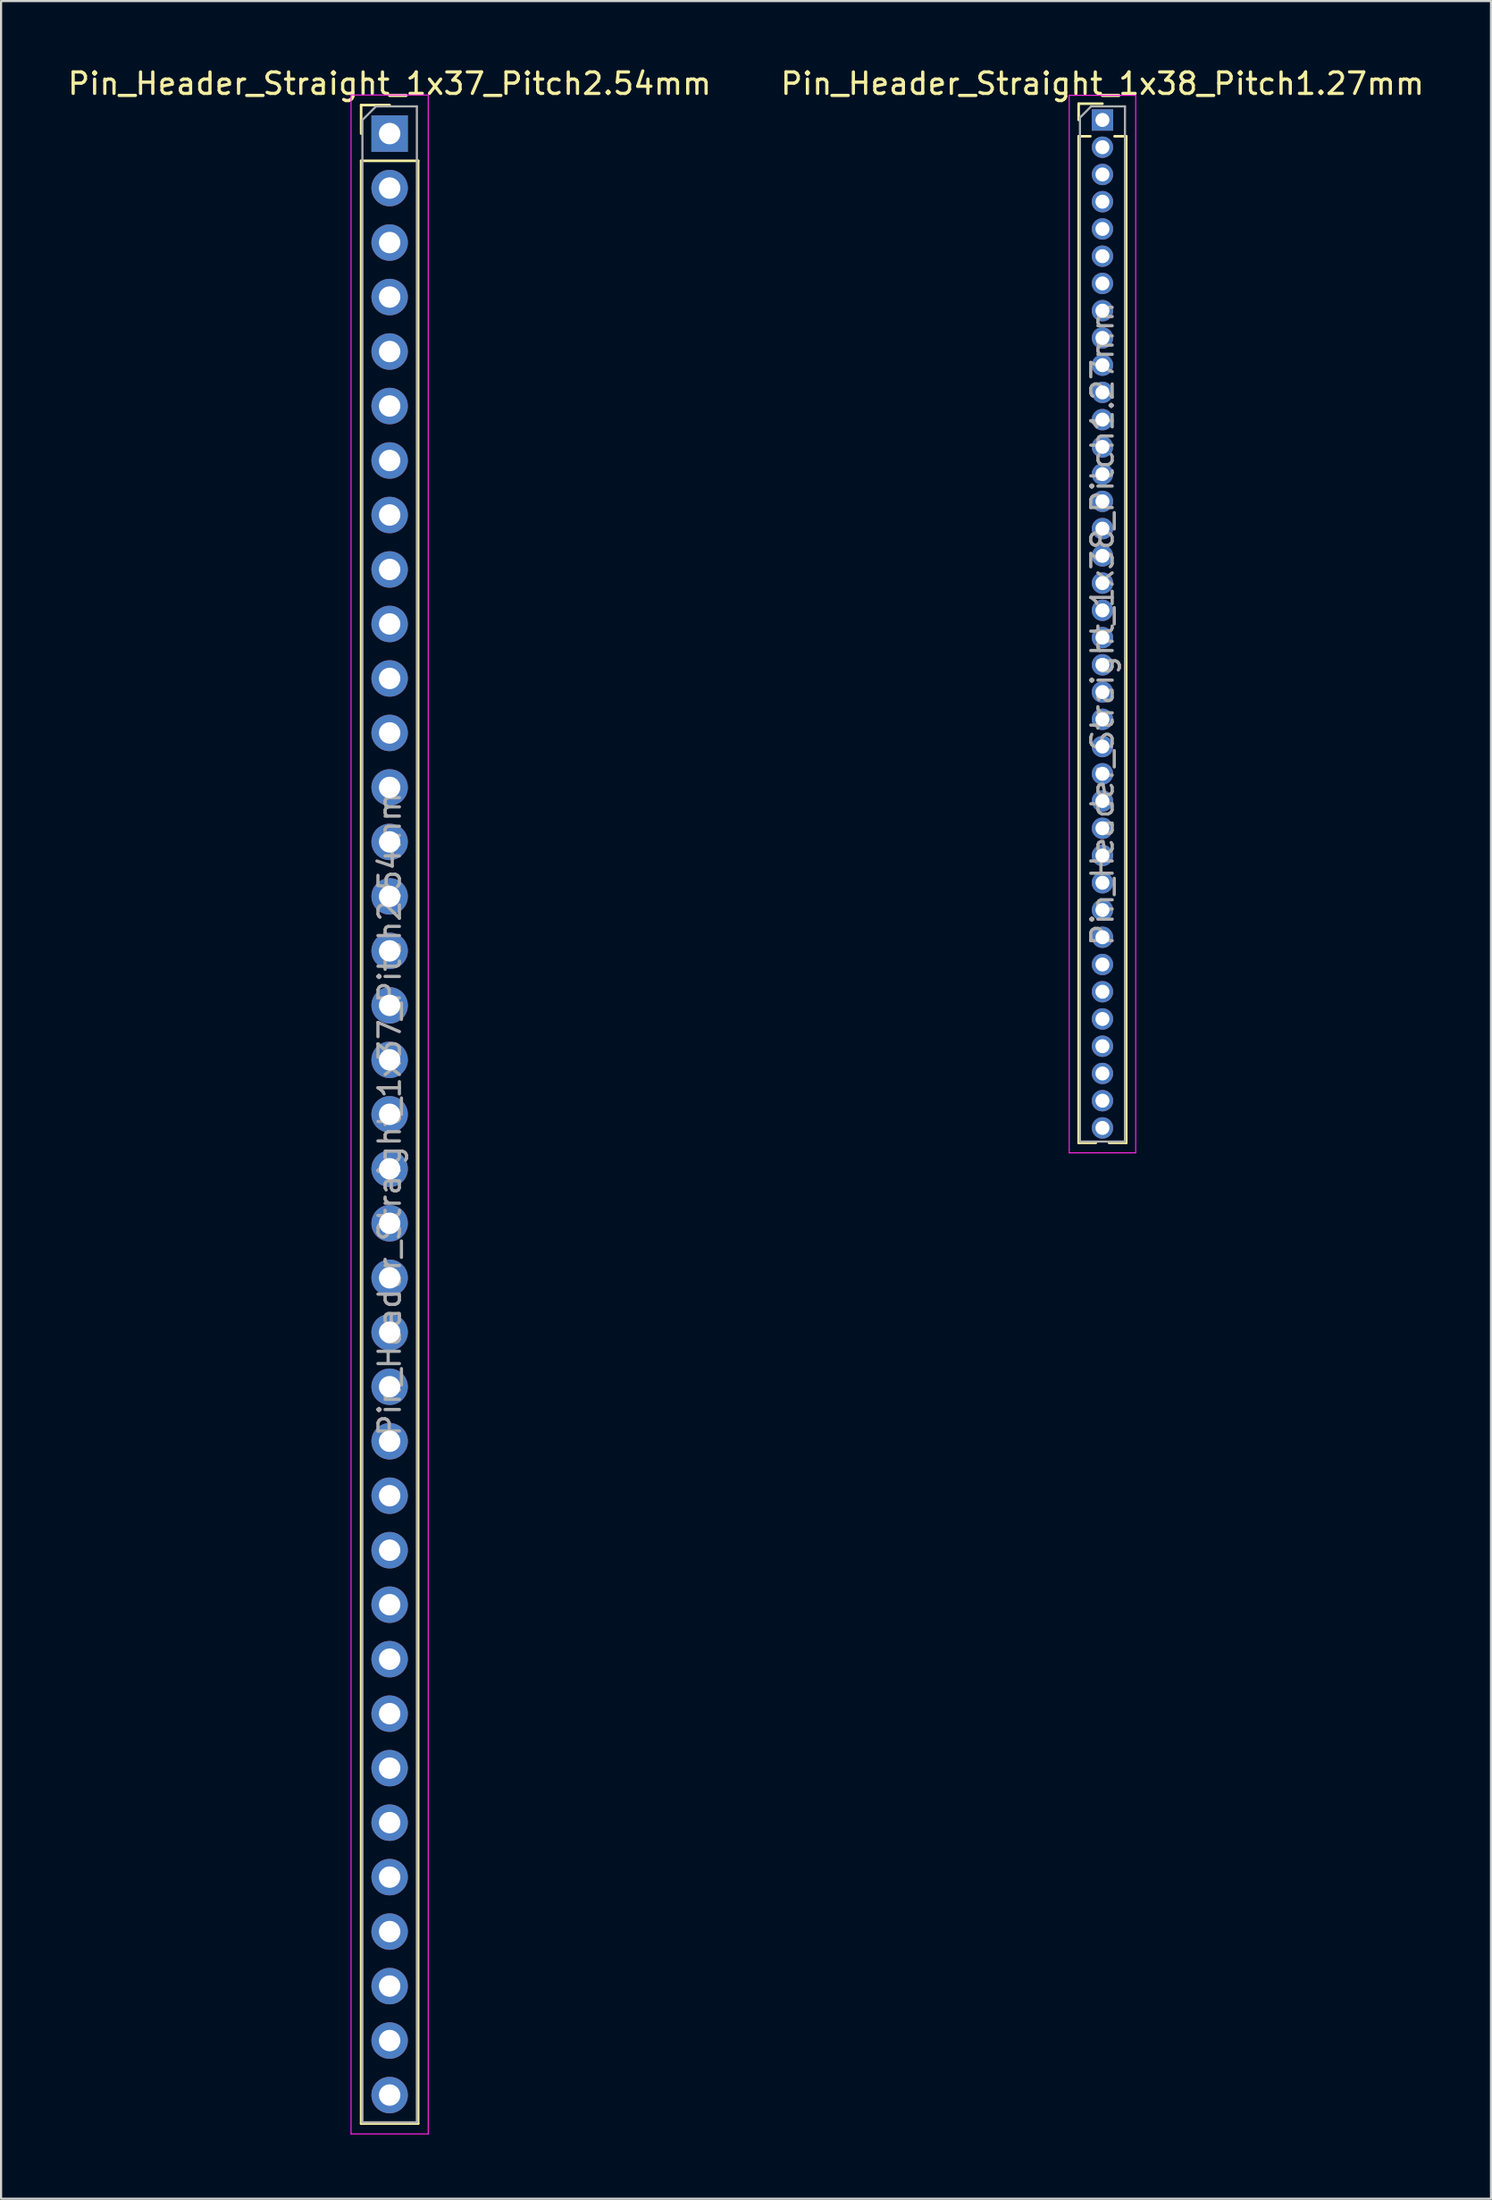
<source format=kicad_pcb>
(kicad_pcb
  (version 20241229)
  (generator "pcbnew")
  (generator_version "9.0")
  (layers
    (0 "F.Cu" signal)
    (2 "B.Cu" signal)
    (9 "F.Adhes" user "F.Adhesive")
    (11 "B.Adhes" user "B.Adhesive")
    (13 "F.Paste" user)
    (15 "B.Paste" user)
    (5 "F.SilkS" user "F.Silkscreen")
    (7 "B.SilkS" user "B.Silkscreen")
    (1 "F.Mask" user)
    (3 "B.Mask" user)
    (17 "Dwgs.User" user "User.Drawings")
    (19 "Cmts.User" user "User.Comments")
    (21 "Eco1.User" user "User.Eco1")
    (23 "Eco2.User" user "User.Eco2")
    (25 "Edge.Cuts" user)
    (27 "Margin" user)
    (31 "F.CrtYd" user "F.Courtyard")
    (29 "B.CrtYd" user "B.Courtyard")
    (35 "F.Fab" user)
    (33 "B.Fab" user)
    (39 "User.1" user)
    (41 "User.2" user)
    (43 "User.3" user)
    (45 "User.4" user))
  (footprint "Pin_Header_Straight_1x37_Pitch2.54mm"
    (layer "F.Cu")
    (at 15.125 3.178)
    (property "Reference" "Pin_Header_Straight_1x37_Pitch2.54mm" (at 0 -2.33 0) (layer "F.SilkS") (effects (font (size 1 1) (thickness 0.15))))
    (attr through_hole)
    (fp_line (start -1.33 -1.33) (end 0 -1.33) (stroke (width 0.12) (type solid)) (layer "F.SilkS"))
    (fp_line (start -1.33 0) (end -1.33 -1.33) (stroke (width 0.12) (type solid)) (layer "F.SilkS"))
    (fp_line (start -1.33 1.27) (end -1.33 92.77) (stroke (width 0.12) (type solid)) (layer "F.SilkS"))
    (fp_line (start -1.33 1.27) (end 1.33 1.27) (stroke (width 0.12) (type solid)) (layer "F.SilkS"))
    (fp_line (start -1.33 92.77) (end 1.33 92.77) (stroke (width 0.12) (type solid)) (layer "F.SilkS"))
    (fp_line (start 1.33 1.27) (end 1.33 92.77) (stroke (width 0.12) (type solid)) (layer "F.SilkS"))
    (fp_line (start -1.8 -1.8) (end -1.8 93.25) (stroke (width 0.05) (type solid)) (layer "F.CrtYd"))
    (fp_line (start -1.8 93.25) (end 1.8 93.25) (stroke (width 0.05) (type solid)) (layer "F.CrtYd"))
    (fp_line (start 1.8 -1.8) (end -1.8 -1.8) (stroke (width 0.05) (type solid)) (layer "F.CrtYd"))
    (fp_line (start 1.8 93.25) (end 1.8 -1.8) (stroke (width 0.05) (type solid)) (layer "F.CrtYd"))
    (fp_line (start -1.27 -0.635) (end -0.635 -1.27) (stroke (width 0.1) (type solid)) (layer "F.Fab"))
    (fp_line (start -1.27 92.71) (end -1.27 -0.635) (stroke (width 0.1) (type solid)) (layer "F.Fab"))
    (fp_line (start -0.635 -1.27) (end 1.27 -1.27) (stroke (width 0.1) (type solid)) (layer "F.Fab"))
    (fp_line (start 1.27 -1.27) (end 1.27 92.71) (stroke (width 0.1) (type solid)) (layer "F.Fab"))
    (fp_line (start 1.27 92.71) (end -1.27 92.71) (stroke (width 0.1) (type solid)) (layer "F.Fab"))
    (fp_text user "${REFERENCE}" (at 0 45.72 90) (layer "F.Fab") (effects (font (size 1 1) (thickness 0.15))))
    (pad "1" thru_hole rect (at 0 0) (size 1.7 1.7) (drill 1) (layers "*.Cu" "*.Mask"))
    (pad "2" thru_hole oval (at 0 2.54) (size 1.7 1.7) (drill 1) (layers "*.Cu" "*.Mask"))
    (pad "3" thru_hole oval (at 0 5.08) (size 1.7 1.7) (drill 1) (layers "*.Cu" "*.Mask"))
    (pad "4" thru_hole oval (at 0 7.62) (size 1.7 1.7) (drill 1) (layers "*.Cu" "*.Mask"))
    (pad "5" thru_hole oval (at 0 10.16) (size 1.7 1.7) (drill 1) (layers "*.Cu" "*.Mask"))
    (pad "6" thru_hole oval (at 0 12.7) (size 1.7 1.7) (drill 1) (layers "*.Cu" "*.Mask"))
    (pad "7" thru_hole oval (at 0 15.24) (size 1.7 1.7) (drill 1) (layers "*.Cu" "*.Mask"))
    (pad "8" thru_hole oval (at 0 17.78) (size 1.7 1.7) (drill 1) (layers "*.Cu" "*.Mask"))
    (pad "9" thru_hole oval (at 0 20.32) (size 1.7 1.7) (drill 1) (layers "*.Cu" "*.Mask"))
    (pad "10" thru_hole oval (at 0 22.86) (size 1.7 1.7) (drill 1) (layers "*.Cu" "*.Mask"))
    (pad "11" thru_hole oval (at 0 25.4) (size 1.7 1.7) (drill 1) (layers "*.Cu" "*.Mask"))
    (pad "12" thru_hole oval (at 0 27.94) (size 1.7 1.7) (drill 1) (layers "*.Cu" "*.Mask"))
    (pad "13" thru_hole oval (at 0 30.48) (size 1.7 1.7) (drill 1) (layers "*.Cu" "*.Mask"))
    (pad "14" thru_hole oval (at 0 33.02) (size 1.7 1.7) (drill 1) (layers "*.Cu" "*.Mask"))
    (pad "15" thru_hole oval (at 0 35.56) (size 1.7 1.7) (drill 1) (layers "*.Cu" "*.Mask"))
    (pad "16" thru_hole oval (at 0 38.1) (size 1.7 1.7) (drill 1) (layers "*.Cu" "*.Mask"))
    (pad "17" thru_hole oval (at 0 40.64) (size 1.7 1.7) (drill 1) (layers "*.Cu" "*.Mask"))
    (pad "18" thru_hole oval (at 0 43.18) (size 1.7 1.7) (drill 1) (layers "*.Cu" "*.Mask"))
    (pad "19" thru_hole oval (at 0 45.72) (size 1.7 1.7) (drill 1) (layers "*.Cu" "*.Mask"))
    (pad "20" thru_hole oval (at 0 48.26) (size 1.7 1.7) (drill 1) (layers "*.Cu" "*.Mask"))
    (pad "21" thru_hole oval (at 0 50.8) (size 1.7 1.7) (drill 1) (layers "*.Cu" "*.Mask"))
    (pad "22" thru_hole oval (at 0 53.34) (size 1.7 1.7) (drill 1) (layers "*.Cu" "*.Mask"))
    (pad "23" thru_hole oval (at 0 55.88) (size 1.7 1.7) (drill 1) (layers "*.Cu" "*.Mask"))
    (pad "24" thru_hole oval (at 0 58.42) (size 1.7 1.7) (drill 1) (layers "*.Cu" "*.Mask"))
    (pad "25" thru_hole oval (at 0 60.96) (size 1.7 1.7) (drill 1) (layers "*.Cu" "*.Mask"))
    (pad "26" thru_hole oval (at 0 63.5) (size 1.7 1.7) (drill 1) (layers "*.Cu" "*.Mask"))
    (pad "27" thru_hole oval (at 0 66.04) (size 1.7 1.7) (drill 1) (layers "*.Cu" "*.Mask"))
    (pad "28" thru_hole oval (at 0 68.58) (size 1.7 1.7) (drill 1) (layers "*.Cu" "*.Mask"))
    (pad "29" thru_hole oval (at 0 71.12) (size 1.7 1.7) (drill 1) (layers "*.Cu" "*.Mask"))
    (pad "30" thru_hole oval (at 0 73.66) (size 1.7 1.7) (drill 1) (layers "*.Cu" "*.Mask"))
    (pad "31" thru_hole oval (at 0 76.2) (size 1.7 1.7) (drill 1) (layers "*.Cu" "*.Mask"))
    (pad "32" thru_hole oval (at 0 78.74) (size 1.7 1.7) (drill 1) (layers "*.Cu" "*.Mask"))
    (pad "33" thru_hole oval (at 0 81.28) (size 1.7 1.7) (drill 1) (layers "*.Cu" "*.Mask"))
    (pad "34" thru_hole oval (at 0 83.82) (size 1.7 1.7) (drill 1) (layers "*.Cu" "*.Mask"))
    (pad "35" thru_hole oval (at 0 86.36) (size 1.7 1.7) (drill 1) (layers "*.Cu" "*.Mask"))
    (pad "36" thru_hole oval (at 0 88.9) (size 1.7 1.7) (drill 1) (layers "*.Cu" "*.Mask"))
    (pad "37" thru_hole oval (at 0 91.44) (size 1.7 1.7) (drill 1) (layers "*.Cu" "*.Mask")))
  (footprint "Pin_Header_Straight_1x38_Pitch1.27mm"
    (layer "F.Cu")
    (at 48.375 2.543)
    (property "Reference" "Pin_Header_Straight_1x38_Pitch1.27mm" (at 0 -1.695 0) (layer "F.SilkS") (effects (font (size 1 1) (thickness 0.15))))
    (attr through_hole)
    (fp_line (start -1.11 -0.76) (end 0 -0.76) (stroke (width 0.12) (type solid)) (layer "F.SilkS"))
    (fp_line (start -1.11 0) (end -1.11 -0.76) (stroke (width 0.12) (type solid)) (layer "F.SilkS"))
    (fp_line (start -1.11 0.76) (end -1.11 47.685) (stroke (width 0.12) (type solid)) (layer "F.SilkS"))
    (fp_line (start -1.11 0.76) (end -0.563 0.76) (stroke (width 0.12) (type solid)) (layer "F.SilkS"))
    (fp_line (start -1.11 47.685) (end -0.308 47.685) (stroke (width 0.12) (type solid)) (layer "F.SilkS"))
    (fp_line (start 0.308 47.685) (end 1.11 47.685) (stroke (width 0.12) (type solid)) (layer "F.SilkS"))
    (fp_line (start 0.563 0.76) (end 1.11 0.76) (stroke (width 0.12) (type solid)) (layer "F.SilkS"))
    (fp_line (start 1.11 0.76) (end 1.11 47.685) (stroke (width 0.12) (type solid)) (layer "F.SilkS"))
    (fp_line (start -1.55 -1.15) (end -1.55 48.15) (stroke (width 0.05) (type solid)) (layer "F.CrtYd"))
    (fp_line (start -1.55 48.15) (end 1.55 48.15) (stroke (width 0.05) (type solid)) (layer "F.CrtYd"))
    (fp_line (start 1.55 -1.15) (end -1.55 -1.15) (stroke (width 0.05) (type solid)) (layer "F.CrtYd"))
    (fp_line (start 1.55 48.15) (end 1.55 -1.15) (stroke (width 0.05) (type solid)) (layer "F.CrtYd"))
    (fp_line (start -1.05 -0.11) (end -0.525 -0.635) (stroke (width 0.1) (type solid)) (layer "F.Fab"))
    (fp_line (start -1.05 47.625) (end -1.05 -0.11) (stroke (width 0.1) (type solid)) (layer "F.Fab"))
    (fp_line (start -0.525 -0.635) (end 1.05 -0.635) (stroke (width 0.1) (type solid)) (layer "F.Fab"))
    (fp_line (start 1.05 -0.635) (end 1.05 47.625) (stroke (width 0.1) (type solid)) (layer "F.Fab"))
    (fp_line (start 1.05 47.625) (end -1.05 47.625) (stroke (width 0.1) (type solid)) (layer "F.Fab"))
    (fp_text user "${REFERENCE}" (at 0 23.495 90) (layer "F.Fab") (effects (font (size 1 1) (thickness 0.15))))
    (pad "1" thru_hole rect (at 0 0) (size 1 1) (drill 0.65) (layers "*.Cu" "*.Mask"))
    (pad "2" thru_hole oval (at 0 1.27) (size 1 1) (drill 0.65) (layers "*.Cu" "*.Mask"))
    (pad "3" thru_hole oval (at 0 2.54) (size 1 1) (drill 0.65) (layers "*.Cu" "*.Mask"))
    (pad "4" thru_hole oval (at 0 3.81) (size 1 1) (drill 0.65) (layers "*.Cu" "*.Mask"))
    (pad "5" thru_hole oval (at 0 5.08) (size 1 1) (drill 0.65) (layers "*.Cu" "*.Mask"))
    (pad "6" thru_hole oval (at 0 6.35) (size 1 1) (drill 0.65) (layers "*.Cu" "*.Mask"))
    (pad "7" thru_hole oval (at 0 7.62) (size 1 1) (drill 0.65) (layers "*.Cu" "*.Mask"))
    (pad "8" thru_hole oval (at 0 8.89) (size 1 1) (drill 0.65) (layers "*.Cu" "*.Mask"))
    (pad "9" thru_hole oval (at 0 10.16) (size 1 1) (drill 0.65) (layers "*.Cu" "*.Mask"))
    (pad "10" thru_hole oval (at 0 11.43) (size 1 1) (drill 0.65) (layers "*.Cu" "*.Mask"))
    (pad "11" thru_hole oval (at 0 12.7) (size 1 1) (drill 0.65) (layers "*.Cu" "*.Mask"))
    (pad "12" thru_hole oval (at 0 13.97) (size 1 1) (drill 0.65) (layers "*.Cu" "*.Mask"))
    (pad "13" thru_hole oval (at 0 15.24) (size 1 1) (drill 0.65) (layers "*.Cu" "*.Mask"))
    (pad "14" thru_hole oval (at 0 16.51) (size 1 1) (drill 0.65) (layers "*.Cu" "*.Mask"))
    (pad "15" thru_hole oval (at 0 17.78) (size 1 1) (drill 0.65) (layers "*.Cu" "*.Mask"))
    (pad "16" thru_hole oval (at 0 19.05) (size 1 1) (drill 0.65) (layers "*.Cu" "*.Mask"))
    (pad "17" thru_hole oval (at 0 20.32) (size 1 1) (drill 0.65) (layers "*.Cu" "*.Mask"))
    (pad "18" thru_hole oval (at 0 21.59) (size 1 1) (drill 0.65) (layers "*.Cu" "*.Mask"))
    (pad "19" thru_hole oval (at 0 22.86) (size 1 1) (drill 0.65) (layers "*.Cu" "*.Mask"))
    (pad "20" thru_hole oval (at 0 24.13) (size 1 1) (drill 0.65) (layers "*.Cu" "*.Mask"))
    (pad "21" thru_hole oval (at 0 25.4) (size 1 1) (drill 0.65) (layers "*.Cu" "*.Mask"))
    (pad "22" thru_hole oval (at 0 26.67) (size 1 1) (drill 0.65) (layers "*.Cu" "*.Mask"))
    (pad "23" thru_hole oval (at 0 27.94) (size 1 1) (drill 0.65) (layers "*.Cu" "*.Mask"))
    (pad "24" thru_hole oval (at 0 29.21) (size 1 1) (drill 0.65) (layers "*.Cu" "*.Mask"))
    (pad "25" thru_hole oval (at 0 30.48) (size 1 1) (drill 0.65) (layers "*.Cu" "*.Mask"))
    (pad "26" thru_hole oval (at 0 31.75) (size 1 1) (drill 0.65) (layers "*.Cu" "*.Mask"))
    (pad "27" thru_hole oval (at 0 33.02) (size 1 1) (drill 0.65) (layers "*.Cu" "*.Mask"))
    (pad "28" thru_hole oval (at 0 34.29) (size 1 1) (drill 0.65) (layers "*.Cu" "*.Mask"))
    (pad "29" thru_hole oval (at 0 35.56) (size 1 1) (drill 0.65) (layers "*.Cu" "*.Mask"))
    (pad "30" thru_hole oval (at 0 36.83) (size 1 1) (drill 0.65) (layers "*.Cu" "*.Mask"))
    (pad "31" thru_hole oval (at 0 38.1) (size 1 1) (drill 0.65) (layers "*.Cu" "*.Mask"))
    (pad "32" thru_hole oval (at 0 39.37) (size 1 1) (drill 0.65) (layers "*.Cu" "*.Mask"))
    (pad "33" thru_hole oval (at 0 40.64) (size 1 1) (drill 0.65) (layers "*.Cu" "*.Mask"))
    (pad "34" thru_hole oval (at 0 41.91) (size 1 1) (drill 0.65) (layers "*.Cu" "*.Mask"))
    (pad "35" thru_hole oval (at 0 43.18) (size 1 1) (drill 0.65) (layers "*.Cu" "*.Mask"))
    (pad "36" thru_hole oval (at 0 44.45) (size 1 1) (drill 0.65) (layers "*.Cu" "*.Mask"))
    (pad "37" thru_hole oval (at 0 45.72) (size 1 1) (drill 0.65) (layers "*.Cu" "*.Mask"))
    (pad "38" thru_hole oval (at 0 46.99) (size 1 1) (drill 0.65) (layers "*.Cu" "*.Mask")))
  (gr_rect
    (start -3 -3)
    (end 66.5 99.453)
    (stroke (width 0.1) (type default))
    (fill no)
    (layer "Edge.Cuts")))
</source>
